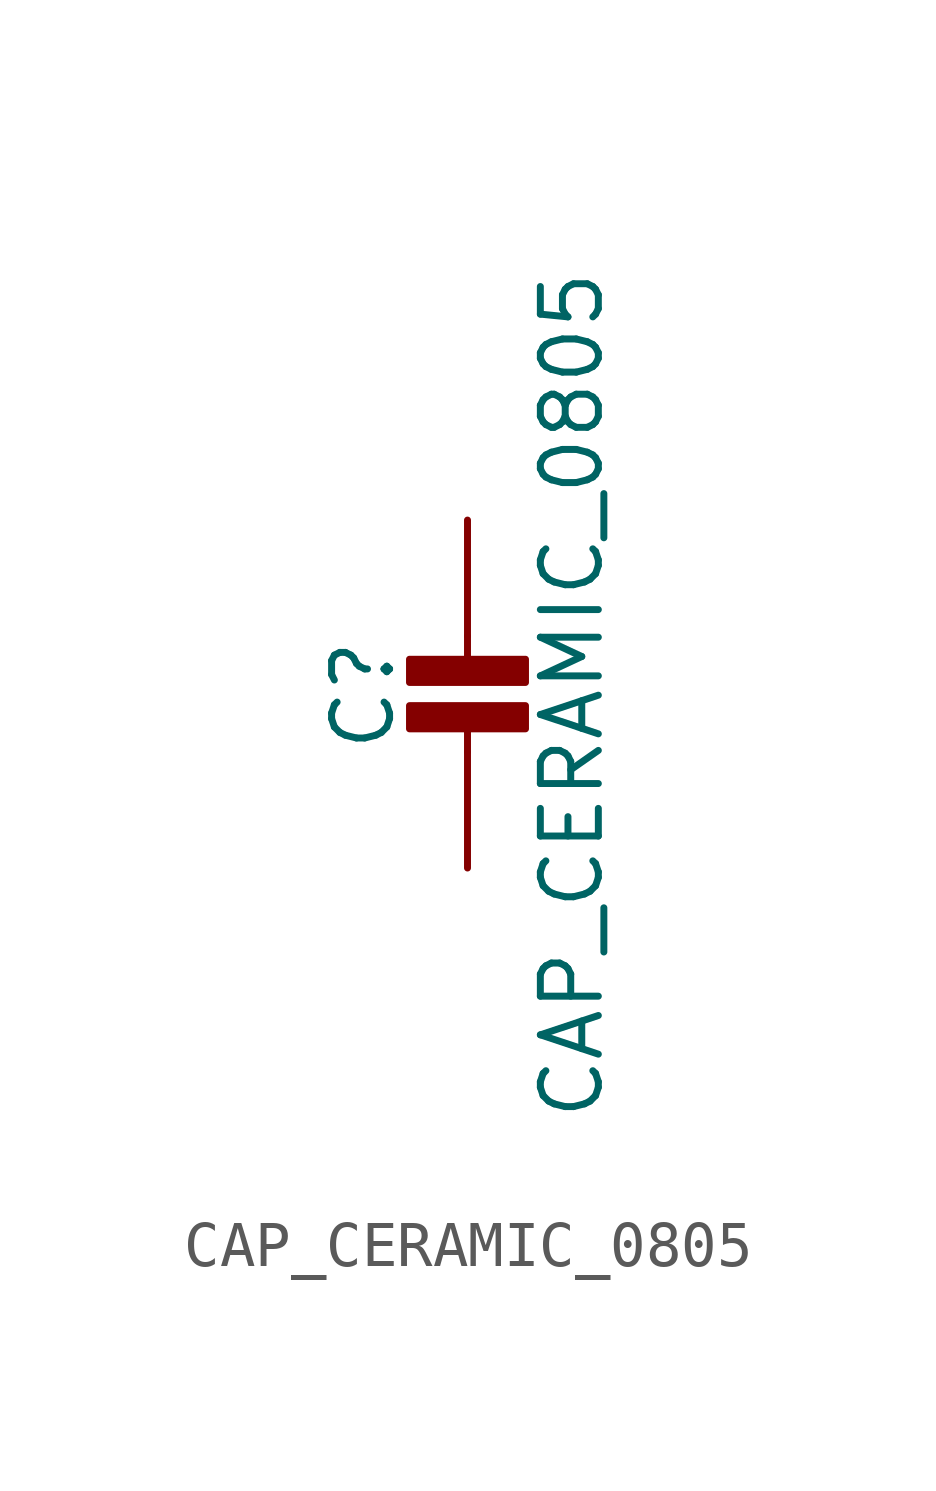
<source format=kicad_sym>
(kicad_symbol_lib
  (version 20211014)
  (generator kicad_symbol_editor)
  (symbol "CAP_CERAMIC_0805"
    (pin_names
      (offset 1.016))
    (property "Reference" "C"
      (at -2.286 1.245 90)
      (effects (font (size 1.27 1.27))))
    (property "Value" "CAP_CERAMIC_0805"
      (at 2.286 1.245 90)
      (effects (font (size 1.27 1.27))))
    (property "ki_locked" ""
      (at 0 0 0)
      (effects (font (size 1.27 1.27))))
    (symbol "CAP_CERAMIC_0805_1_0"
      (rectangle (start -1.27 0.508) (end 1.27 1.016) (stroke (width 0) (type default) (color 0 0 0 0)) (fill (type outline)))
      (rectangle (start -1.27 1.524) (end 1.27 2.032) (stroke (width 0) (type default) (color 0 0 0 0)) (fill (type outline)))
      (polyline (pts (xy 0 0.762) (xy 0 0)) (stroke (width 0) (type default) (color 0 0 0 0)) (fill (type none)))
      (polyline (pts (xy 0 2.54) (xy 0 1.778)) (stroke (width 0) (type default) (color 0 0 0 0)) (fill (type none)))
      (pin passive line (at 0 5.08 270) (length 2.54) (name "1" (effects (font (size 0 0)))) (number "1" (effects (font (size 0 0)))))
      (pin passive line (at 0 -2.54 90) (length 2.54) (name "2" (effects (font (size 0 0)))) (number "2" (effects (font (size 0 0))))))))
</source>
